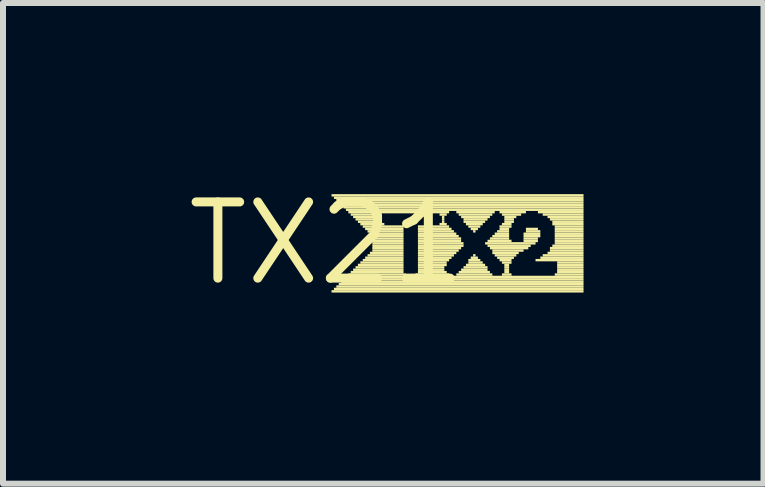
<source format=kicad_pcb>
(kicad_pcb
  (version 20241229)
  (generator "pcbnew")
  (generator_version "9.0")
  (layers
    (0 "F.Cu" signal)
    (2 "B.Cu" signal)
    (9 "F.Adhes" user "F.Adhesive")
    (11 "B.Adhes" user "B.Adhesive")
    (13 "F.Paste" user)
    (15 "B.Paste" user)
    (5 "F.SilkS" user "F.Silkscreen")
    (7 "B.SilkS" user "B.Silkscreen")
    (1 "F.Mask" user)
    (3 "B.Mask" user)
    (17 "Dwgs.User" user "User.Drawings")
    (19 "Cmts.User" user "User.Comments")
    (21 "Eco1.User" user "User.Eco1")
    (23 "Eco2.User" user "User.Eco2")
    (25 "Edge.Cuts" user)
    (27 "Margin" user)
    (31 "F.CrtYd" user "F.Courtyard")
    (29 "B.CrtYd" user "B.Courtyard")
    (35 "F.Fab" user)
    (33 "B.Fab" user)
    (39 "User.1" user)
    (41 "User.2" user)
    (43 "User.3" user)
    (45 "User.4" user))
  (footprint "TX21"
    (layer "F.Cu")
    (at 2.396 1.006)
    (property "Reference" "TX21" (at 0 0 0) (layer "F.SilkS") (effects (font (size 1.27 1.27) (thickness 0.15))))
    (attr through_hole)
    (fp_poly (pts (xy 0.08 -0.78) (xy 4.28 -0.78) (xy 4.28 -0.82) (xy 0.08 -0.82)) (stroke (width 0) (type solid)) (fill yes) (layer "F.SilkS"))
    (fp_poly (pts (xy 0.08 0.82) (xy 4.28 0.82) (xy 4.28 0.78) (xy 0.08 0.78)) (stroke (width 0) (type solid)) (fill yes) (layer "F.SilkS"))
    (fp_poly (pts (xy 0.12 -0.74) (xy 4.28 -0.74) (xy 4.28 -0.78) (xy 0.12 -0.78)) (stroke (width 0) (type solid)) (fill yes) (layer "F.SilkS"))
    (fp_poly (pts (xy 0.12 0.78) (xy 4.28 0.78) (xy 4.28 0.74) (xy 0.12 0.74)) (stroke (width 0) (type solid)) (fill yes) (layer "F.SilkS"))
    (fp_poly (pts (xy 0.16 -0.7) (xy 4.28 -0.7) (xy 4.28 -0.74) (xy 0.16 -0.74)) (stroke (width 0) (type solid)) (fill yes) (layer "F.SilkS"))
    (fp_poly (pts (xy 0.16 0.74) (xy 4.28 0.74) (xy 4.28 0.7) (xy 0.16 0.7)) (stroke (width 0) (type solid)) (fill yes) (layer "F.SilkS"))
    (fp_poly (pts (xy 0.2 -0.66) (xy 4.28 -0.66) (xy 4.28 -0.7) (xy 0.2 -0.7)) (stroke (width 0) (type solid)) (fill yes) (layer "F.SilkS"))
    (fp_poly (pts (xy 0.2 0.7) (xy 4.28 0.7) (xy 4.28 0.66) (xy 0.2 0.66)) (stroke (width 0) (type solid)) (fill yes) (layer "F.SilkS"))
    (fp_poly (pts (xy 0.24 -0.62) (xy 4.28 -0.62) (xy 4.28 -0.66) (xy 0.24 -0.66)) (stroke (width 0) (type solid)) (fill yes) (layer "F.SilkS"))
    (fp_poly (pts (xy 0.24 0.66) (xy 4.28 0.66) (xy 4.28 0.62) (xy 0.24 0.62)) (stroke (width 0) (type solid)) (fill yes) (layer "F.SilkS"))
    (fp_poly (pts (xy 0.28 -0.58) (xy 4.28 -0.58) (xy 4.28 -0.62) (xy 0.28 -0.62)) (stroke (width 0) (type solid)) (fill yes) (layer "F.SilkS"))
    (fp_poly (pts (xy 0.28 0.62) (xy 4.28 0.62) (xy 4.28 0.58) (xy 0.28 0.58)) (stroke (width 0) (type solid)) (fill yes) (layer "F.SilkS"))
    (fp_poly (pts (xy 0.32 -0.54) (xy 4.28 -0.54) (xy 4.28 -0.58) (xy 0.32 -0.58)) (stroke (width 0) (type solid)) (fill yes) (layer "F.SilkS"))
    (fp_poly (pts (xy 0.32 0.58) (xy 4.28 0.58) (xy 4.28 0.54) (xy 0.32 0.54)) (stroke (width 0) (type solid)) (fill yes) (layer "F.SilkS"))
    (fp_poly (pts (xy 0.36 -0.5) (xy 2.04 -0.5) (xy 2.04 -0.54) (xy 0.36 -0.54)) (stroke (width 0) (type solid)) (fill yes) (layer "F.SilkS"))
    (fp_poly (pts (xy 0.36 0.54) (xy 1.32 0.54) (xy 1.32 0.5) (xy 0.36 0.5)) (stroke (width 0) (type solid)) (fill yes) (layer "F.SilkS"))
    (fp_poly (pts (xy 0.4 -0.46) (xy 0.92 -0.46) (xy 0.92 -0.5) (xy 0.4 -0.5)) (stroke (width 0) (type solid)) (fill yes) (layer "F.SilkS"))
    (fp_poly (pts (xy 0.4 0.5) (xy 1.28 0.5) (xy 1.28 0.46) (xy 0.4 0.46)) (stroke (width 0) (type solid)) (fill yes) (layer "F.SilkS"))
    (fp_poly (pts (xy 0.44 -0.42) (xy 0.92 -0.42) (xy 0.92 -0.46) (xy 0.44 -0.46)) (stroke (width 0) (type solid)) (fill yes) (layer "F.SilkS"))
    (fp_poly (pts (xy 0.44 0.46) (xy 1.28 0.46) (xy 1.28 0.42) (xy 0.44 0.42)) (stroke (width 0) (type solid)) (fill yes) (layer "F.SilkS"))
    (fp_poly (pts (xy 0.48 -0.38) (xy 0.92 -0.38) (xy 0.92 -0.42) (xy 0.48 -0.42)) (stroke (width 0) (type solid)) (fill yes) (layer "F.SilkS"))
    (fp_poly (pts (xy 0.48 0.42) (xy 1.28 0.42) (xy 1.28 0.38) (xy 0.48 0.38)) (stroke (width 0) (type solid)) (fill yes) (layer "F.SilkS"))
    (fp_poly (pts (xy 0.52 -0.34) (xy 0.92 -0.34) (xy 0.92 -0.38) (xy 0.52 -0.38)) (stroke (width 0) (type solid)) (fill yes) (layer "F.SilkS"))
    (fp_poly (pts (xy 0.52 0.38) (xy 1.28 0.38) (xy 1.28 0.34) (xy 0.52 0.34)) (stroke (width 0) (type solid)) (fill yes) (layer "F.SilkS"))
    (fp_poly (pts (xy 0.56 -0.3) (xy 0.96 -0.3) (xy 0.96 -0.34) (xy 0.56 -0.34)) (stroke (width 0) (type solid)) (fill yes) (layer "F.SilkS"))
    (fp_poly (pts (xy 0.56 0.34) (xy 1.28 0.34) (xy 1.28 0.3) (xy 0.56 0.3)) (stroke (width 0) (type solid)) (fill yes) (layer "F.SilkS"))
    (fp_poly (pts (xy 0.6 -0.26) (xy 1.28 -0.26) (xy 1.28 -0.3) (xy 0.6 -0.3)) (stroke (width 0) (type solid)) (fill yes) (layer "F.SilkS"))
    (fp_poly (pts (xy 0.6 0.3) (xy 1.28 0.3) (xy 1.28 0.26) (xy 0.6 0.26)) (stroke (width 0) (type solid)) (fill yes) (layer "F.SilkS"))
    (fp_poly (pts (xy 0.64 -0.22) (xy 1.28 -0.22) (xy 1.28 -0.26) (xy 0.64 -0.26)) (stroke (width 0) (type solid)) (fill yes) (layer "F.SilkS"))
    (fp_poly (pts (xy 0.64 0.26) (xy 1.28 0.26) (xy 1.28 0.22) (xy 0.64 0.22)) (stroke (width 0) (type solid)) (fill yes) (layer "F.SilkS"))
    (fp_poly (pts (xy 0.68 -0.18) (xy 1.28 -0.18) (xy 1.28 -0.22) (xy 0.68 -0.22)) (stroke (width 0) (type solid)) (fill yes) (layer "F.SilkS"))
    (fp_poly (pts (xy 0.68 0.22) (xy 1.28 0.22) (xy 1.28 0.18) (xy 0.68 0.18)) (stroke (width 0) (type solid)) (fill yes) (layer "F.SilkS"))
    (fp_poly (pts (xy 0.72 -0.14) (xy 1.28 -0.14) (xy 1.28 -0.18) (xy 0.72 -0.18)) (stroke (width 0) (type solid)) (fill yes) (layer "F.SilkS"))
    (fp_poly (pts (xy 0.72 0.18) (xy 1.28 0.18) (xy 1.28 0.14) (xy 0.72 0.14)) (stroke (width 0) (type solid)) (fill yes) (layer "F.SilkS"))
    (fp_poly (pts (xy 0.76 -0.1) (xy 1.28 -0.1) (xy 1.28 -0.14) (xy 0.76 -0.14)) (stroke (width 0) (type solid)) (fill yes) (layer "F.SilkS"))
    (fp_poly (pts (xy 0.76 -0.06) (xy 1.28 -0.06) (xy 1.28 -0.1) (xy 0.76 -0.1)) (stroke (width 0) (type solid)) (fill yes) (layer "F.SilkS"))
    (fp_poly (pts (xy 0.76 -0.02) (xy 1.28 -0.02) (xy 1.28 -0.06) (xy 0.76 -0.06)) (stroke (width 0) (type solid)) (fill yes) (layer "F.SilkS"))
    (fp_poly (pts (xy 0.76 0.02) (xy 1.28 0.02) (xy 1.28 -0.02) (xy 0.76 -0.02)) (stroke (width 0) (type solid)) (fill yes) (layer "F.SilkS"))
    (fp_poly (pts (xy 0.76 0.06) (xy 1.28 0.06) (xy 1.28 0.02) (xy 0.76 0.02)) (stroke (width 0) (type solid)) (fill yes) (layer "F.SilkS"))
    (fp_poly (pts (xy 0.76 0.1) (xy 1.28 0.1) (xy 1.28 0.06) (xy 0.76 0.06)) (stroke (width 0) (type solid)) (fill yes) (layer "F.SilkS"))
    (fp_poly (pts (xy 0.76 0.14) (xy 1.28 0.14) (xy 1.28 0.1) (xy 0.76 0.1)) (stroke (width 0) (type solid)) (fill yes) (layer "F.SilkS"))
    (fp_poly (pts (xy 1.48 0.54) (xy 2.04 0.54) (xy 2.04 0.5) (xy 1.48 0.5)) (stroke (width 0) (type solid)) (fill yes) (layer "F.SilkS"))
    (fp_poly (pts (xy 1.52 -0.26) (xy 2.04 -0.26) (xy 2.04 -0.3) (xy 1.52 -0.3)) (stroke (width 0) (type solid)) (fill yes) (layer "F.SilkS"))
    (fp_poly (pts (xy 1.52 -0.22) (xy 2.08 -0.22) (xy 2.08 -0.26) (xy 1.52 -0.26)) (stroke (width 0) (type solid)) (fill yes) (layer "F.SilkS"))
    (fp_poly (pts (xy 1.52 -0.18) (xy 2.12 -0.18) (xy 2.12 -0.22) (xy 1.52 -0.22)) (stroke (width 0) (type solid)) (fill yes) (layer "F.SilkS"))
    (fp_poly (pts (xy 1.52 -0.14) (xy 2.16 -0.14) (xy 2.16 -0.18) (xy 1.52 -0.18)) (stroke (width 0) (type solid)) (fill yes) (layer "F.SilkS"))
    (fp_poly (pts (xy 1.52 -0.1) (xy 2.2 -0.1) (xy 2.2 -0.14) (xy 1.52 -0.14)) (stroke (width 0) (type solid)) (fill yes) (layer "F.SilkS"))
    (fp_poly (pts (xy 1.52 -0.06) (xy 2.24 -0.06) (xy 2.24 -0.1) (xy 1.52 -0.1)) (stroke (width 0) (type solid)) (fill yes) (layer "F.SilkS"))
    (fp_poly (pts (xy 1.52 -0.02) (xy 2.24 -0.02) (xy 2.24 -0.06) (xy 1.52 -0.06)) (stroke (width 0) (type solid)) (fill yes) (layer "F.SilkS"))
    (fp_poly (pts (xy 1.52 0.02) (xy 2.28 0.02) (xy 2.28 -0.02) (xy 1.52 -0.02)) (stroke (width 0) (type solid)) (fill yes) (layer "F.SilkS"))
    (fp_poly (pts (xy 1.52 0.06) (xy 2.28 0.06) (xy 2.28 0.02) (xy 1.52 0.02)) (stroke (width 0) (type solid)) (fill yes) (layer "F.SilkS"))
    (fp_poly (pts (xy 1.52 0.1) (xy 2.24 0.1) (xy 2.24 0.06) (xy 1.52 0.06)) (stroke (width 0) (type solid)) (fill yes) (layer "F.SilkS"))
    (fp_poly (pts (xy 1.52 0.14) (xy 2.2 0.14) (xy 2.2 0.1) (xy 1.52 0.1)) (stroke (width 0) (type solid)) (fill yes) (layer "F.SilkS"))
    (fp_poly (pts (xy 1.52 0.18) (xy 2.16 0.18) (xy 2.16 0.14) (xy 1.52 0.14)) (stroke (width 0) (type solid)) (fill yes) (layer "F.SilkS"))
    (fp_poly (pts (xy 1.52 0.22) (xy 2.12 0.22) (xy 2.12 0.18) (xy 1.52 0.18)) (stroke (width 0) (type solid)) (fill yes) (layer "F.SilkS"))
    (fp_poly (pts (xy 1.52 0.26) (xy 2.08 0.26) (xy 2.08 0.22) (xy 1.52 0.22)) (stroke (width 0) (type solid)) (fill yes) (layer "F.SilkS"))
    (fp_poly (pts (xy 1.52 0.3) (xy 2.04 0.3) (xy 2.04 0.26) (xy 1.52 0.26)) (stroke (width 0) (type solid)) (fill yes) (layer "F.SilkS"))
    (fp_poly (pts (xy 1.52 0.34) (xy 2 0.34) (xy 2 0.3) (xy 1.52 0.3)) (stroke (width 0) (type solid)) (fill yes) (layer "F.SilkS"))
    (fp_poly (pts (xy 1.52 0.38) (xy 2 0.38) (xy 2 0.34) (xy 1.52 0.34)) (stroke (width 0) (type solid)) (fill yes) (layer "F.SilkS"))
    (fp_poly (pts (xy 1.52 0.42) (xy 1.96 0.42) (xy 1.96 0.38) (xy 1.52 0.38)) (stroke (width 0) (type solid)) (fill yes) (layer "F.SilkS"))
    (fp_poly (pts (xy 1.52 0.46) (xy 1.96 0.46) (xy 1.96 0.42) (xy 1.52 0.42)) (stroke (width 0) (type solid)) (fill yes) (layer "F.SilkS"))
    (fp_poly (pts (xy 1.52 0.5) (xy 2 0.5) (xy 2 0.46) (xy 1.52 0.46)) (stroke (width 0) (type solid)) (fill yes) (layer "F.SilkS"))
    (fp_poly (pts (xy 1.88 -0.46) (xy 2 -0.46) (xy 2 -0.5) (xy 1.88 -0.5)) (stroke (width 0) (type solid)) (fill yes) (layer "F.SilkS"))
    (fp_poly (pts (xy 1.88 -0.3) (xy 2 -0.3) (xy 2 -0.34) (xy 1.88 -0.34)) (stroke (width 0) (type solid)) (fill yes) (layer "F.SilkS"))
    (fp_poly (pts (xy 1.92 -0.42) (xy 1.96 -0.42) (xy 1.96 -0.46) (xy 1.92 -0.46)) (stroke (width 0) (type solid)) (fill yes) (layer "F.SilkS"))
    (fp_poly (pts (xy 1.92 -0.38) (xy 1.96 -0.38) (xy 1.96 -0.42) (xy 1.92 -0.42)) (stroke (width 0) (type solid)) (fill yes) (layer "F.SilkS"))
    (fp_poly (pts (xy 1.92 -0.34) (xy 1.96 -0.34) (xy 1.96 -0.38) (xy 1.92 -0.38)) (stroke (width 0) (type solid)) (fill yes) (layer "F.SilkS"))
    (fp_poly (pts (xy 2.16 -0.5) (xy 2.8 -0.5) (xy 2.8 -0.54) (xy 2.16 -0.54)) (stroke (width 0) (type solid)) (fill yes) (layer "F.SilkS"))
    (fp_poly (pts (xy 2.16 0.54) (xy 2.76 0.54) (xy 2.76 0.5) (xy 2.16 0.5)) (stroke (width 0) (type solid)) (fill yes) (layer "F.SilkS"))
    (fp_poly (pts (xy 2.2 -0.46) (xy 2.76 -0.46) (xy 2.76 -0.5) (xy 2.2 -0.5)) (stroke (width 0) (type solid)) (fill yes) (layer "F.SilkS"))
    (fp_poly (pts (xy 2.2 0.5) (xy 2.72 0.5) (xy 2.72 0.46) (xy 2.2 0.46)) (stroke (width 0) (type solid)) (fill yes) (layer "F.SilkS"))
    (fp_poly (pts (xy 2.24 -0.42) (xy 2.72 -0.42) (xy 2.72 -0.46) (xy 2.24 -0.46)) (stroke (width 0) (type solid)) (fill yes) (layer "F.SilkS"))
    (fp_poly (pts (xy 2.24 0.46) (xy 2.68 0.46) (xy 2.68 0.42) (xy 2.24 0.42)) (stroke (width 0) (type solid)) (fill yes) (layer "F.SilkS"))
    (fp_poly (pts (xy 2.28 -0.38) (xy 2.68 -0.38) (xy 2.68 -0.42) (xy 2.28 -0.42)) (stroke (width 0) (type solid)) (fill yes) (layer "F.SilkS"))
    (fp_poly (pts (xy 2.28 -0.34) (xy 2.64 -0.34) (xy 2.64 -0.38) (xy 2.28 -0.38)) (stroke (width 0) (type solid)) (fill yes) (layer "F.SilkS"))
    (fp_poly (pts (xy 2.28 0.42) (xy 2.68 0.42) (xy 2.68 0.38) (xy 2.28 0.38)) (stroke (width 0) (type solid)) (fill yes) (layer "F.SilkS"))
    (fp_poly (pts (xy 2.32 -0.3) (xy 2.6 -0.3) (xy 2.6 -0.34) (xy 2.32 -0.34)) (stroke (width 0) (type solid)) (fill yes) (layer "F.SilkS"))
    (fp_poly (pts (xy 2.32 0.38) (xy 2.64 0.38) (xy 2.64 0.34) (xy 2.32 0.34)) (stroke (width 0) (type solid)) (fill yes) (layer "F.SilkS"))
    (fp_poly (pts (xy 2.36 -0.26) (xy 2.56 -0.26) (xy 2.56 -0.3) (xy 2.36 -0.3)) (stroke (width 0) (type solid)) (fill yes) (layer "F.SilkS"))
    (fp_poly (pts (xy 2.36 0.3) (xy 2.56 0.3) (xy 2.56 0.26) (xy 2.36 0.26)) (stroke (width 0) (type solid)) (fill yes) (layer "F.SilkS"))
    (fp_poly (pts (xy 2.36 0.34) (xy 2.6 0.34) (xy 2.6 0.3) (xy 2.36 0.3)) (stroke (width 0) (type solid)) (fill yes) (layer "F.SilkS"))
    (fp_poly (pts (xy 2.4 -0.22) (xy 2.52 -0.22) (xy 2.52 -0.26) (xy 2.4 -0.26)) (stroke (width 0) (type solid)) (fill yes) (layer "F.SilkS"))
    (fp_poly (pts (xy 2.4 0.26) (xy 2.52 0.26) (xy 2.52 0.22) (xy 2.4 0.22)) (stroke (width 0) (type solid)) (fill yes) (layer "F.SilkS"))
    (fp_poly (pts (xy 2.44 -0.18) (xy 2.48 -0.18) (xy 2.48 -0.22) (xy 2.44 -0.22)) (stroke (width 0) (type solid)) (fill yes) (layer "F.SilkS"))
    (fp_poly (pts (xy 2.44 0.22) (xy 2.48 0.22) (xy 2.48 0.18) (xy 2.44 0.18)) (stroke (width 0) (type solid)) (fill yes) (layer "F.SilkS"))
    (fp_poly (pts (xy 2.64 0.02) (xy 3.48 0.02) (xy 3.48 -0.02) (xy 2.64 -0.02)) (stroke (width 0) (type solid)) (fill yes) (layer "F.SilkS"))
    (fp_poly (pts (xy 2.68 -0.02) (xy 3.08 -0.02) (xy 3.08 -0.06) (xy 2.68 -0.06)) (stroke (width 0) (type solid)) (fill yes) (layer "F.SilkS"))
    (fp_poly (pts (xy 2.68 0.06) (xy 3.4 0.06) (xy 3.4 0.02) (xy 2.68 0.02)) (stroke (width 0) (type solid)) (fill yes) (layer "F.SilkS"))
    (fp_poly (pts (xy 2.72 -0.06) (xy 3.04 -0.06) (xy 3.04 -0.1) (xy 2.72 -0.1)) (stroke (width 0) (type solid)) (fill yes) (layer "F.SilkS"))
    (fp_poly (pts (xy 2.72 0.1) (xy 3.36 0.1) (xy 3.36 0.06) (xy 2.72 0.06)) (stroke (width 0) (type solid)) (fill yes) (layer "F.SilkS"))
    (fp_poly (pts (xy 2.76 -0.1) (xy 3.04 -0.1) (xy 3.04 -0.14) (xy 2.76 -0.14)) (stroke (width 0) (type solid)) (fill yes) (layer "F.SilkS"))
    (fp_poly (pts (xy 2.76 0.14) (xy 3.28 0.14) (xy 3.28 0.1) (xy 2.76 0.1)) (stroke (width 0) (type solid)) (fill yes) (layer "F.SilkS"))
    (fp_poly (pts (xy 2.76 0.18) (xy 3.2 0.18) (xy 3.2 0.14) (xy 2.76 0.14)) (stroke (width 0) (type solid)) (fill yes) (layer "F.SilkS"))
    (fp_poly (pts (xy 2.8 -0.14) (xy 3.04 -0.14) (xy 3.04 -0.18) (xy 2.8 -0.18)) (stroke (width 0) (type solid)) (fill yes) (layer "F.SilkS"))
    (fp_poly (pts (xy 2.8 0.22) (xy 3.16 0.22) (xy 3.16 0.18) (xy 2.8 0.18)) (stroke (width 0) (type solid)) (fill yes) (layer "F.SilkS"))
    (fp_poly (pts (xy 2.84 -0.18) (xy 3.04 -0.18) (xy 3.04 -0.22) (xy 2.84 -0.22)) (stroke (width 0) (type solid)) (fill yes) (layer "F.SilkS"))
    (fp_poly (pts (xy 2.84 0.26) (xy 3.12 0.26) (xy 3.12 0.22) (xy 2.84 0.22)) (stroke (width 0) (type solid)) (fill yes) (layer "F.SilkS"))
    (fp_poly (pts (xy 2.88 -0.5) (xy 3.32 -0.5) (xy 3.32 -0.54) (xy 2.88 -0.54)) (stroke (width 0) (type solid)) (fill yes) (layer "F.SilkS"))
    (fp_poly (pts (xy 2.88 -0.26) (xy 3.08 -0.26) (xy 3.08 -0.3) (xy 2.88 -0.3)) (stroke (width 0) (type solid)) (fill yes) (layer "F.SilkS"))
    (fp_poly (pts (xy 2.88 -0.22) (xy 3.04 -0.22) (xy 3.04 -0.26) (xy 2.88 -0.26)) (stroke (width 0) (type solid)) (fill yes) (layer "F.SilkS"))
    (fp_poly (pts (xy 2.88 0.3) (xy 3.08 0.3) (xy 3.08 0.26) (xy 2.88 0.26)) (stroke (width 0) (type solid)) (fill yes) (layer "F.SilkS"))
    (fp_poly (pts (xy 2.92 -0.46) (xy 3.24 -0.46) (xy 3.24 -0.5) (xy 2.92 -0.5)) (stroke (width 0) (type solid)) (fill yes) (layer "F.SilkS"))
    (fp_poly (pts (xy 2.92 -0.3) (xy 3.08 -0.3) (xy 3.08 -0.34) (xy 2.92 -0.34)) (stroke (width 0) (type solid)) (fill yes) (layer "F.SilkS"))
    (fp_poly (pts (xy 2.92 0.34) (xy 3.08 0.34) (xy 3.08 0.3) (xy 2.92 0.3)) (stroke (width 0) (type solid)) (fill yes) (layer "F.SilkS"))
    (fp_poly (pts (xy 2.92 0.54) (xy 3.08 0.54) (xy 3.08 0.5) (xy 2.92 0.5)) (stroke (width 0) (type solid)) (fill yes) (layer "F.SilkS"))
    (fp_poly (pts (xy 2.96 -0.42) (xy 3.16 -0.42) (xy 3.16 -0.46) (xy 2.96 -0.46)) (stroke (width 0) (type solid)) (fill yes) (layer "F.SilkS"))
    (fp_poly (pts (xy 2.96 -0.38) (xy 3.12 -0.38) (xy 3.12 -0.42) (xy 2.96 -0.42)) (stroke (width 0) (type solid)) (fill yes) (layer "F.SilkS"))
    (fp_poly (pts (xy 2.96 -0.34) (xy 3.12 -0.34) (xy 3.12 -0.38) (xy 2.96 -0.38)) (stroke (width 0) (type solid)) (fill yes) (layer "F.SilkS"))
    (fp_poly (pts (xy 2.96 0.38) (xy 3.04 0.38) (xy 3.04 0.34) (xy 2.96 0.34)) (stroke (width 0) (type solid)) (fill yes) (layer "F.SilkS"))
    (fp_poly (pts (xy 2.96 0.42) (xy 3.04 0.42) (xy 3.04 0.38) (xy 2.96 0.38)) (stroke (width 0) (type solid)) (fill yes) (layer "F.SilkS"))
    (fp_poly (pts (xy 2.96 0.46) (xy 3.04 0.46) (xy 3.04 0.42) (xy 2.96 0.42)) (stroke (width 0) (type solid)) (fill yes) (layer "F.SilkS"))
    (fp_poly (pts (xy 2.96 0.5) (xy 3.04 0.5) (xy 3.04 0.46) (xy 2.96 0.46)) (stroke (width 0) (type solid)) (fill yes) (layer "F.SilkS"))
    (fp_poly (pts (xy 3.28 -0.14) (xy 3.56 -0.14) (xy 3.56 -0.18) (xy 3.28 -0.18)) (stroke (width 0) (type solid)) (fill yes) (layer "F.SilkS"))
    (fp_poly (pts (xy 3.28 -0.1) (xy 3.56 -0.1) (xy 3.56 -0.14) (xy 3.28 -0.14)) (stroke (width 0) (type solid)) (fill yes) (layer "F.SilkS"))
    (fp_poly (pts (xy 3.28 -0.06) (xy 3.52 -0.06) (xy 3.52 -0.1) (xy 3.28 -0.1)) (stroke (width 0) (type solid)) (fill yes) (layer "F.SilkS"))
    (fp_poly (pts (xy 3.28 -0.02) (xy 3.52 -0.02) (xy 3.52 -0.06) (xy 3.28 -0.06)) (stroke (width 0) (type solid)) (fill yes) (layer "F.SilkS"))
    (fp_poly (pts (xy 3.32 -0.22) (xy 3.52 -0.22) (xy 3.52 -0.26) (xy 3.32 -0.26)) (stroke (width 0) (type solid)) (fill yes) (layer "F.SilkS"))
    (fp_poly (pts (xy 3.32 -0.18) (xy 3.56 -0.18) (xy 3.56 -0.22) (xy 3.32 -0.22)) (stroke (width 0) (type solid)) (fill yes) (layer "F.SilkS"))
    (fp_poly (pts (xy 3.48 0.3) (xy 4.28 0.3) (xy 4.28 0.26) (xy 3.48 0.26)) (stroke (width 0) (type solid)) (fill yes) (layer "F.SilkS"))
    (fp_poly (pts (xy 3.52 -0.5) (xy 4.28 -0.5) (xy 4.28 -0.54) (xy 3.52 -0.54)) (stroke (width 0) (type solid)) (fill yes) (layer "F.SilkS"))
    (fp_poly (pts (xy 3.56 0.26) (xy 4.28 0.26) (xy 4.28 0.22) (xy 3.56 0.22)) (stroke (width 0) (type solid)) (fill yes) (layer "F.SilkS"))
    (fp_poly (pts (xy 3.6 -0.46) (xy 4.28 -0.46) (xy 4.28 -0.5) (xy 3.6 -0.5)) (stroke (width 0) (type solid)) (fill yes) (layer "F.SilkS"))
    (fp_poly (pts (xy 3.6 0.22) (xy 4.28 0.22) (xy 4.28 0.18) (xy 3.6 0.18)) (stroke (width 0) (type solid)) (fill yes) (layer "F.SilkS"))
    (fp_poly (pts (xy 3.68 -0.42) (xy 4.28 -0.42) (xy 4.28 -0.46) (xy 3.68 -0.46)) (stroke (width 0) (type solid)) (fill yes) (layer "F.SilkS"))
    (fp_poly (pts (xy 3.68 0.18) (xy 4.28 0.18) (xy 4.28 0.14) (xy 3.68 0.14)) (stroke (width 0) (type solid)) (fill yes) (layer "F.SilkS"))
    (fp_poly (pts (xy 3.72 -0.38) (xy 4.28 -0.38) (xy 4.28 -0.42) (xy 3.72 -0.42)) (stroke (width 0) (type solid)) (fill yes) (layer "F.SilkS"))
    (fp_poly (pts (xy 3.72 0.1) (xy 4.28 0.1) (xy 4.28 0.06) (xy 3.72 0.06)) (stroke (width 0) (type solid)) (fill yes) (layer "F.SilkS"))
    (fp_poly (pts (xy 3.72 0.14) (xy 4.28 0.14) (xy 4.28 0.1) (xy 3.72 0.1)) (stroke (width 0) (type solid)) (fill yes) (layer "F.SilkS"))
    (fp_poly (pts (xy 3.76 -0.34) (xy 4.28 -0.34) (xy 4.28 -0.38) (xy 3.76 -0.38)) (stroke (width 0) (type solid)) (fill yes) (layer "F.SilkS"))
    (fp_poly (pts (xy 3.76 -0.3) (xy 4.28 -0.3) (xy 4.28 -0.34) (xy 3.76 -0.34)) (stroke (width 0) (type solid)) (fill yes) (layer "F.SilkS"))
    (fp_poly (pts (xy 3.76 0.06) (xy 4.28 0.06) (xy 4.28 0.02) (xy 3.76 0.02)) (stroke (width 0) (type solid)) (fill yes) (layer "F.SilkS"))
    (fp_poly (pts (xy 3.8 -0.26) (xy 4.28 -0.26) (xy 4.28 -0.3) (xy 3.8 -0.3)) (stroke (width 0) (type solid)) (fill yes) (layer "F.SilkS"))
    (fp_poly (pts (xy 3.8 -0.22) (xy 4.28 -0.22) (xy 4.28 -0.26) (xy 3.8 -0.26)) (stroke (width 0) (type solid)) (fill yes) (layer "F.SilkS"))
    (fp_poly (pts (xy 3.8 -0.18) (xy 4.28 -0.18) (xy 4.28 -0.22) (xy 3.8 -0.22)) (stroke (width 0) (type solid)) (fill yes) (layer "F.SilkS"))
    (fp_poly (pts (xy 3.8 -0.14) (xy 4.28 -0.14) (xy 4.28 -0.18) (xy 3.8 -0.18)) (stroke (width 0) (type solid)) (fill yes) (layer "F.SilkS"))
    (fp_poly (pts (xy 3.8 -0.1) (xy 4.28 -0.1) (xy 4.28 -0.14) (xy 3.8 -0.14)) (stroke (width 0) (type solid)) (fill yes) (layer "F.SilkS"))
    (fp_poly (pts (xy 3.8 -0.06) (xy 4.28 -0.06) (xy 4.28 -0.1) (xy 3.8 -0.1)) (stroke (width 0) (type solid)) (fill yes) (layer "F.SilkS"))
    (fp_poly (pts (xy 3.8 -0.02) (xy 4.28 -0.02) (xy 4.28 -0.06) (xy 3.8 -0.06)) (stroke (width 0) (type solid)) (fill yes) (layer "F.SilkS"))
    (fp_poly (pts (xy 3.8 0.02) (xy 4.28 0.02) (xy 4.28 -0.02) (xy 3.8 -0.02)) (stroke (width 0) (type solid)) (fill yes) (layer "F.SilkS"))
    (fp_poly (pts (xy 3.8 0.54) (xy 4.28 0.54) (xy 4.28 0.5) (xy 3.8 0.5)) (stroke (width 0) (type solid)) (fill yes) (layer "F.SilkS"))
    (fp_poly (pts (xy 3.84 0.34) (xy 4.28 0.34) (xy 4.28 0.3) (xy 3.84 0.3)) (stroke (width 0) (type solid)) (fill yes) (layer "F.SilkS"))
    (fp_poly (pts (xy 3.84 0.38) (xy 4.28 0.38) (xy 4.28 0.34) (xy 3.84 0.34)) (stroke (width 0) (type solid)) (fill yes) (layer "F.SilkS"))
    (fp_poly (pts (xy 3.84 0.42) (xy 4.28 0.42) (xy 4.28 0.38) (xy 3.84 0.38)) (stroke (width 0) (type solid)) (fill yes) (layer "F.SilkS"))
    (fp_poly (pts (xy 3.84 0.46) (xy 4.28 0.46) (xy 4.28 0.42) (xy 3.84 0.42)) (stroke (width 0) (type solid)) (fill yes) (layer "F.SilkS"))
    (fp_poly (pts (xy 3.84 0.5) (xy 4.28 0.5) (xy 4.28 0.46) (xy 3.84 0.46)) (stroke (width 0) (type solid)) (fill yes) (layer "F.SilkS")))
  (gr_rect
    (start -3 -3)
    (end 9.676 5.012)
    (stroke (width 0.1) (type default))
    (fill no)
    (layer "Edge.Cuts")))
</source>
